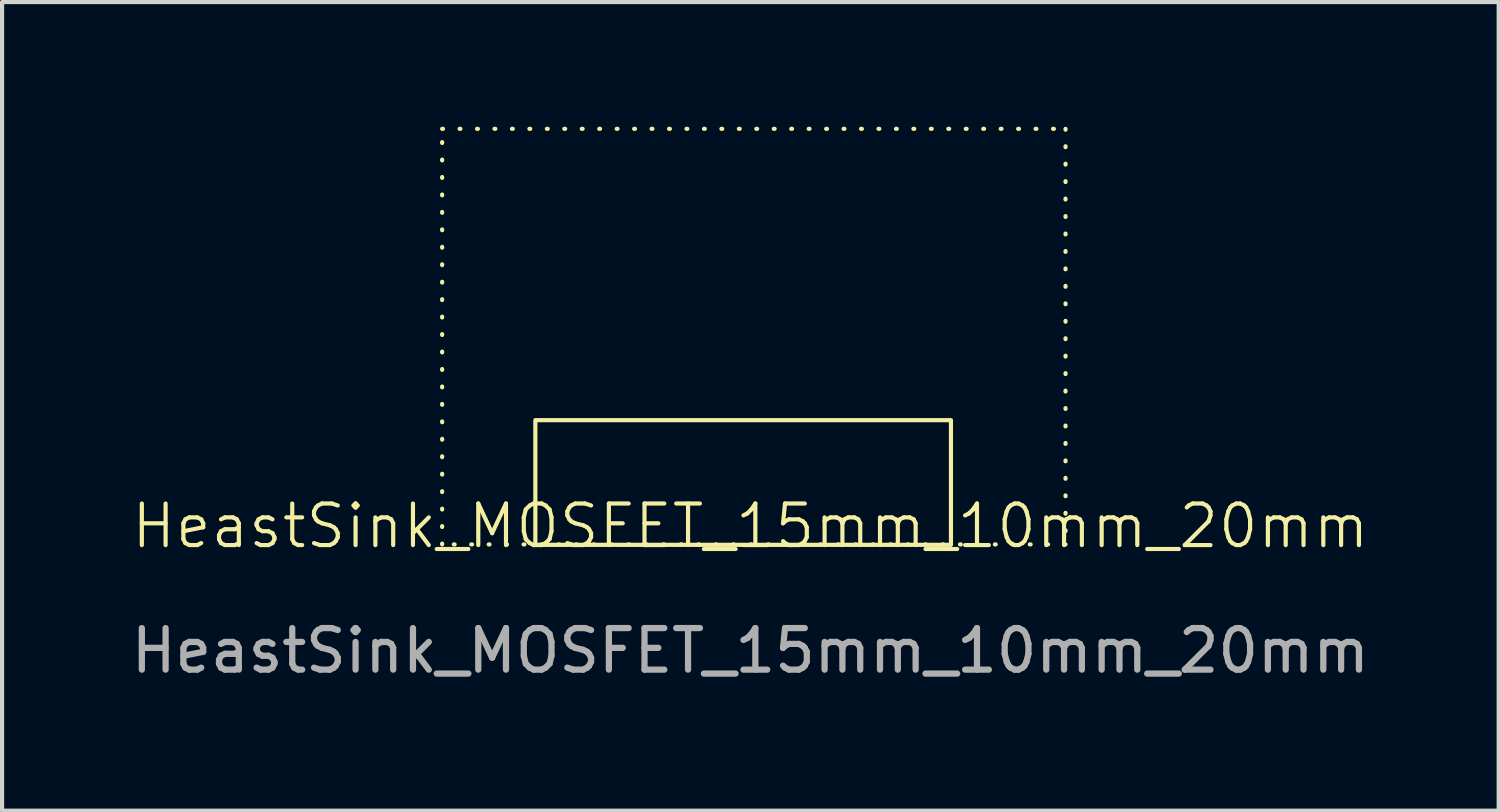
<source format=kicad_pcb>
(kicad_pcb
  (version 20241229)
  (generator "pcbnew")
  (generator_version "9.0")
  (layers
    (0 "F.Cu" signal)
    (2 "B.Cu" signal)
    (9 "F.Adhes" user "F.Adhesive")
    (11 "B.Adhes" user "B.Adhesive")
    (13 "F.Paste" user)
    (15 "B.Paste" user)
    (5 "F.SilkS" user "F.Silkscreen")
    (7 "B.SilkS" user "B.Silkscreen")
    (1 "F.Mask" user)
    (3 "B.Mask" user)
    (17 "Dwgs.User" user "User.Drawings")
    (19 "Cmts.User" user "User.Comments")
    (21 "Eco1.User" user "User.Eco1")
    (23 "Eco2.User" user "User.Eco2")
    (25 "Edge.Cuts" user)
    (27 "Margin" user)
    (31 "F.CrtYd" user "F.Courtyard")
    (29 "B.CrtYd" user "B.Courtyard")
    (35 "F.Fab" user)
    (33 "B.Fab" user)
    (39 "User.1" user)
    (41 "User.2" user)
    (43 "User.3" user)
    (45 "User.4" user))
  (footprint "HeastSink_MOSFET_15mm_10mm_20mm"
    (layer "F.Cu")
    (at 15.006 10.108)
    (property "Reference" "HeastSink_MOSFET_15mm_10mm_20mm" (at 0 -0.5 0) (unlocked yes) (layer "F.SilkS") (effects (font (size 1 1) (thickness 0.1))))
    (fp_rect (start -7.417 -10.058) (end 7.583 -0.058) (stroke (width 0.1) (type dot)) (fill no) (layer "F.SilkS"))
    (fp_rect (start -5.174 -3.048) (end 4.826 -0.048) (stroke (width 0.1) (type default)) (fill no) (layer "F.SilkS"))
    (fp_text user "${REFERENCE}" (at 0 2.5 0) (unlocked yes) (layer "F.Fab") (effects (font (size 1 1) (thickness 0.15)))))
  (gr_rect
    (start -3 -3)
    (end 33.012 16.457)
    (stroke (width 0.1) (type default))
    (fill no)
    (layer "Edge.Cuts")))
</source>
